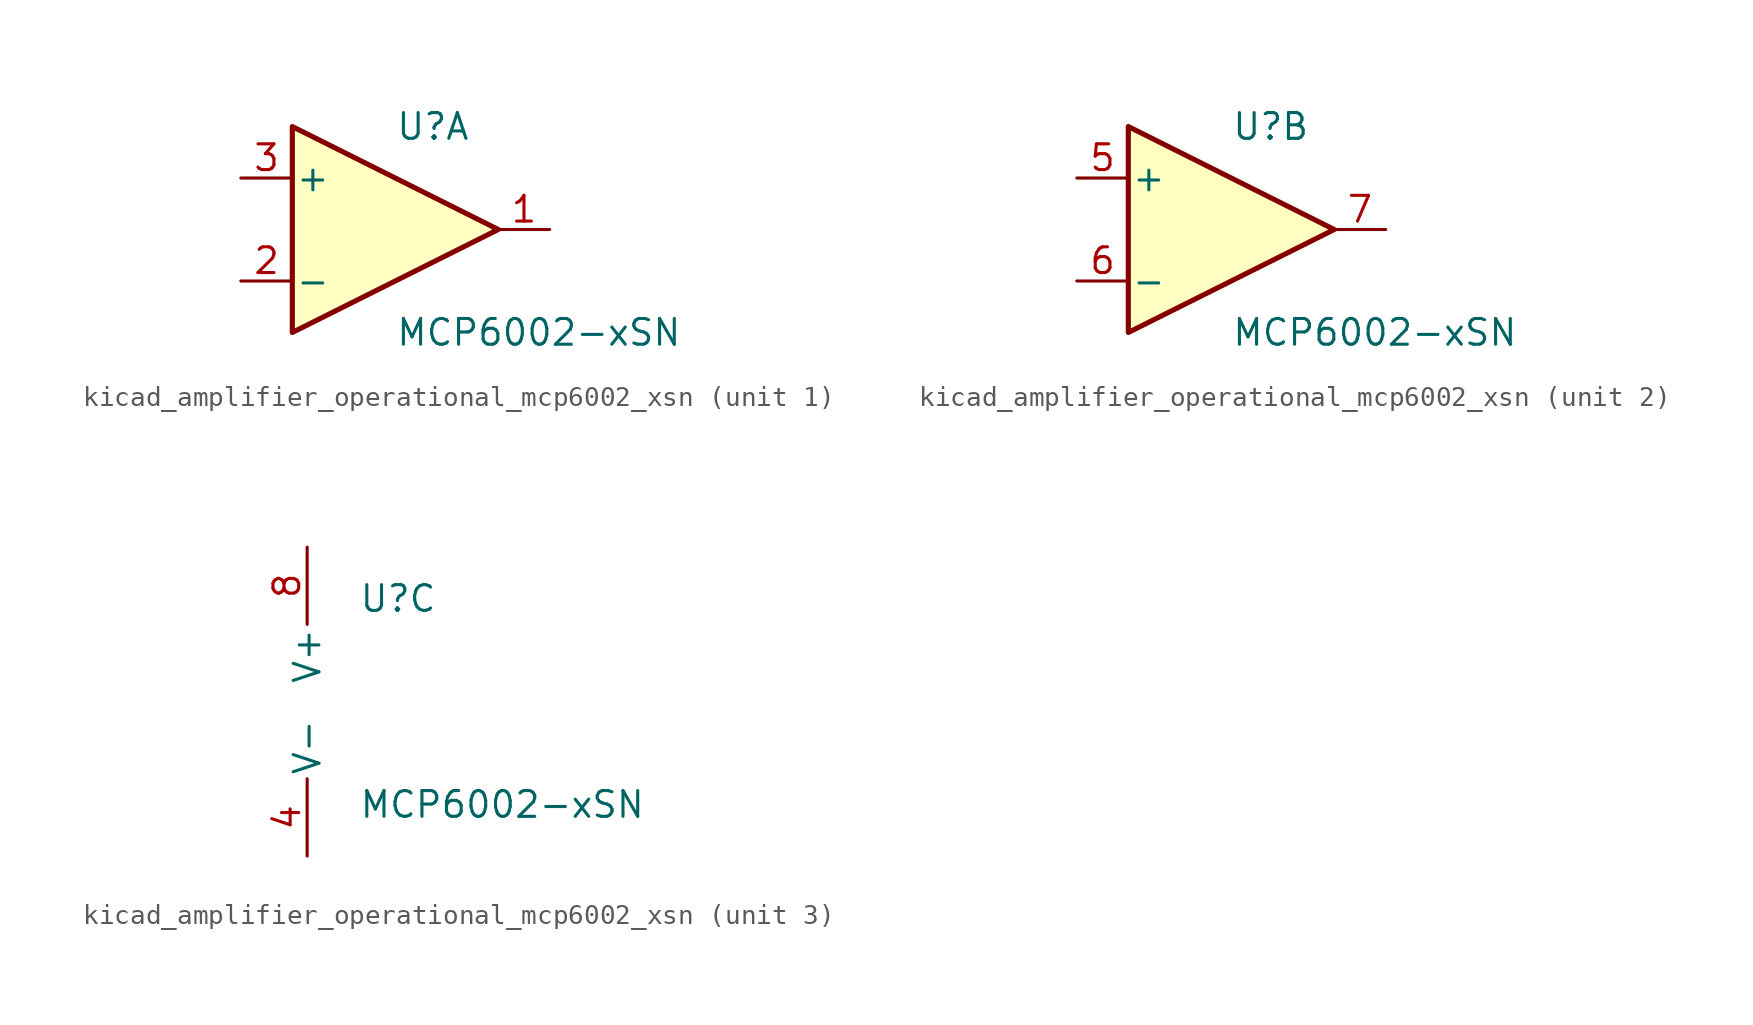
<source format=kicad_sym>
(kicad_symbol_lib
  (version 20220914)
  (generator kicad_symbol_editor)
  (symbol "kicad_amplifier_operational_mcp6002_xsn"
    (pin_names
      (offset 0.127))
    (property "Reference" "U"
      (at 0 5.08 0)
      (effects (font (size 1.27 1.27)) (justify left)))
    (property "Value" "MCP6002-xSN"
      (at 0 -5.08 0)
      (effects (font (size 1.27 1.27)) (justify left)))
    (property "ki_locked" ""
      (at 0 0 0)
      (effects (font (size 1.27 1.27))))
    (symbol "kicad_amplifier_operational_mcp6002_xsn_1_1"
      (polyline (pts (xy -5.08 5.08) (xy 5.08 0) (xy -5.08 -5.08) (xy -5.08 5.08)) (stroke (width 0.254) (type default)) (fill (type background)))
      (pin output line (at 7.62 0 180) (length 2.54) (name "~" (effects (font (size 1.27 1.27)))) (number "1" (effects (font (size 1.27 1.27)))))
      (pin input line (at -7.62 -2.54 0) (length 2.54) (name "-" (effects (font (size 1.27 1.27)))) (number "2" (effects (font (size 1.27 1.27)))))
      (pin input line (at -7.62 2.54 0) (length 2.54) (name "+" (effects (font (size 1.27 1.27)))) (number "3" (effects (font (size 1.27 1.27))))))
    (symbol "kicad_amplifier_operational_mcp6002_xsn_2_1"
      (polyline (pts (xy -5.08 5.08) (xy 5.08 0) (xy -5.08 -5.08) (xy -5.08 5.08)) (stroke (width 0.254) (type default)) (fill (type background)))
      (pin input line (at -7.62 2.54 0) (length 2.54) (name "+" (effects (font (size 1.27 1.27)))) (number "5" (effects (font (size 1.27 1.27)))))
      (pin input line (at -7.62 -2.54 0) (length 2.54) (name "-" (effects (font (size 1.27 1.27)))) (number "6" (effects (font (size 1.27 1.27)))))
      (pin output line (at 7.62 0 180) (length 2.54) (name "~" (effects (font (size 1.27 1.27)))) (number "7" (effects (font (size 1.27 1.27))))))
    (symbol "kicad_amplifier_operational_mcp6002_xsn_3_1"
      (pin power_in line (at -2.54 -7.62 90) (length 3.81) (name "V-" (effects (font (size 1.27 1.27)))) (number "4" (effects (font (size 1.27 1.27)))))
      (pin power_in line (at -2.54 7.62 270) (length 3.81) (name "V+" (effects (font (size 1.27 1.27)))) (number "8" (effects (font (size 1.27 1.27))))))))
</source>
